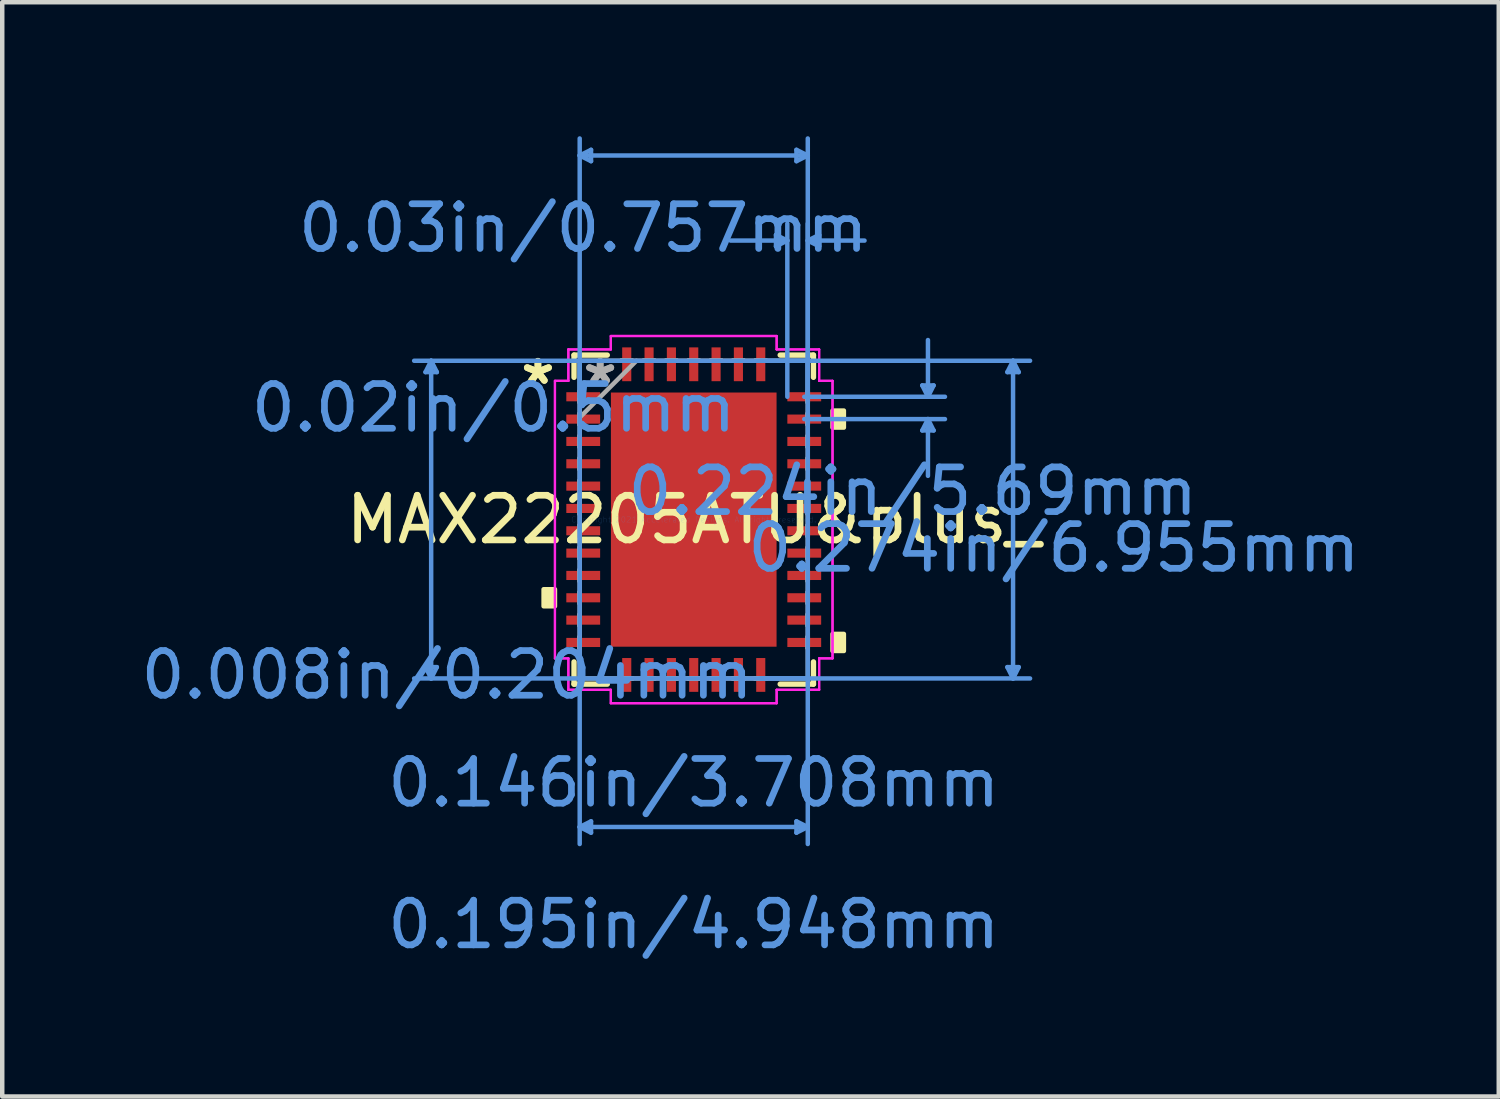
<source format=kicad_pcb>
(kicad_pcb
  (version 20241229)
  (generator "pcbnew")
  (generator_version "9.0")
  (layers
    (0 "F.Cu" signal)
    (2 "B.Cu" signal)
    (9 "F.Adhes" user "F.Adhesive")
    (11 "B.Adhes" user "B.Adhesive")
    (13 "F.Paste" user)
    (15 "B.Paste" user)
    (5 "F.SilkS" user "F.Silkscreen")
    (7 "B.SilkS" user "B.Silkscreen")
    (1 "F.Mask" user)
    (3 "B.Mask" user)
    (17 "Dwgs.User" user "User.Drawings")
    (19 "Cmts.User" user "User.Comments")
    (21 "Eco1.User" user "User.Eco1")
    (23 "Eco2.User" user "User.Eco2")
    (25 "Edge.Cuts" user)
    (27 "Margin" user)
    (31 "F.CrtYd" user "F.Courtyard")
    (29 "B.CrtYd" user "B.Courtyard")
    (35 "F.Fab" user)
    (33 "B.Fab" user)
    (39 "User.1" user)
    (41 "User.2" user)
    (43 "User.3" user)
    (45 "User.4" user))
  (footprint "MAX22205ATU&plus_"
    (layer "F.Cu")
    (at 12.48 8.582)
    (property "Reference" "MAX22205ATU&plus_" (at 0 0 0) (layer "F.SilkS") (effects (font (size 1 1) (thickness 0.15))))
    (attr through_hole)
    (fp_line (start -2.68 -3.683) (end -2.68 -3.185) (stroke (width 0.12) (type solid)) (layer "F.SilkS"))
    (fp_line (start -2.68 3.185) (end -2.68 3.683) (stroke (width 0.12) (type solid)) (layer "F.SilkS"))
    (fp_line (start -2.68 3.683) (end -1.935 3.683) (stroke (width 0.12) (type solid)) (layer "F.SilkS"))
    (fp_line (start -1.935 -3.683) (end -2.68 -3.683) (stroke (width 0.12) (type solid)) (layer "F.SilkS"))
    (fp_line (start 1.935 3.683) (end 2.68 3.683) (stroke (width 0.12) (type solid)) (layer "F.SilkS"))
    (fp_line (start 2.68 -3.683) (end 1.935 -3.683) (stroke (width 0.12) (type solid)) (layer "F.SilkS"))
    (fp_line (start 2.68 -3.185) (end 2.68 -3.683) (stroke (width 0.12) (type solid)) (layer "F.SilkS"))
    (fp_line (start 2.68 3.683) (end 2.68 3.185) (stroke (width 0.12) (type solid)) (layer "F.SilkS"))
    (fp_poly (pts (xy -3.361 1.559) (xy -3.361 1.94) (xy -3.107 1.94) (xy -3.107 1.559)) (stroke (width 0.1) (type solid)) (fill yes) (layer "F.SilkS"))
    (fp_poly (pts (xy 3.361 -2.441) (xy 3.361 -2.06) (xy 3.107 -2.06) (xy 3.107 -2.441)) (stroke (width 0.1) (type solid)) (fill yes) (layer "F.SilkS"))
    (fp_poly (pts (xy 3.361 2.559) (xy 3.361 2.941) (xy 3.107 2.941) (xy 3.107 2.559)) (stroke (width 0.1) (type solid)) (fill yes) (layer "F.SilkS"))
    (fp_poly (pts (xy -1.754 -2.745) (xy -1.754 -1.522) (xy -0.1 -1.522) (xy -0.1 -2.745)) (stroke (width 0.1) (type solid)) (fill yes) (layer "F.Paste"))
    (fp_poly (pts (xy -1.754 -1.322) (xy -1.754 -0.1) (xy -0.1 -0.1) (xy -0.1 -1.322)) (stroke (width 0.1) (type solid)) (fill yes) (layer "F.Paste"))
    (fp_poly (pts (xy -1.754 0.1) (xy -1.754 1.322) (xy -0.1 1.322) (xy -0.1 0.1)) (stroke (width 0.1) (type solid)) (fill yes) (layer "F.Paste"))
    (fp_poly (pts (xy -1.754 1.522) (xy -1.754 2.745) (xy -0.1 2.745) (xy -0.1 1.522)) (stroke (width 0.1) (type solid)) (fill yes) (layer "F.Paste"))
    (fp_poly (pts (xy 0.1 -2.745) (xy 0.1 -1.522) (xy 1.754 -1.522) (xy 1.754 -2.745)) (stroke (width 0.1) (type solid)) (fill yes) (layer "F.Paste"))
    (fp_poly (pts (xy 0.1 -1.322) (xy 0.1 -0.1) (xy 1.754 -0.1) (xy 1.754 -1.322)) (stroke (width 0.1) (type solid)) (fill yes) (layer "F.Paste"))
    (fp_poly (pts (xy 0.1 0.1) (xy 0.1 1.322) (xy 1.754 1.322) (xy 1.754 0.1)) (stroke (width 0.1) (type solid)) (fill yes) (layer "F.Paste"))
    (fp_poly (pts (xy 0.1 1.522) (xy 0.1 2.745) (xy 1.754 2.745) (xy 1.754 1.522)) (stroke (width 0.1) (type solid)) (fill yes) (layer "F.Paste"))
    (fp_line (start -6.005 -3.302) (end -5.751 -3.302) (stroke (width 0.1) (type solid)) (layer "Cmts.User"))
    (fp_line (start -6.005 3.302) (end -5.751 3.302) (stroke (width 0.1) (type solid)) (layer "Cmts.User"))
    (fp_line (start -5.878 -3.556) (end -6.005 -3.302) (stroke (width 0.1) (type solid)) (layer "Cmts.User"))
    (fp_line (start -5.878 -3.556) (end -5.878 3.556) (stroke (width 0.1) (type solid)) (layer "Cmts.User"))
    (fp_line (start -5.878 -3.556) (end -5.751 -3.302) (stroke (width 0.1) (type solid)) (layer "Cmts.User"))
    (fp_line (start -5.878 3.556) (end -6.005 3.302) (stroke (width 0.1) (type solid)) (layer "Cmts.User"))
    (fp_line (start -5.878 3.556) (end -5.751 3.302) (stroke (width 0.1) (type solid)) (layer "Cmts.User"))
    (fp_line (start -2.553 -8.151) (end -2.299 -8.278) (stroke (width 0.1) (type solid)) (layer "Cmts.User"))
    (fp_line (start -2.553 -8.151) (end -2.299 -8.024) (stroke (width 0.1) (type solid)) (layer "Cmts.User"))
    (fp_line (start -2.553 -8.151) (end 2.553 -8.151) (stroke (width 0.1) (type solid)) (layer "Cmts.User"))
    (fp_line (start -2.553 -3.556) (end -2.553 7.262) (stroke (width 0.1) (type solid)) (layer "Cmts.User"))
    (fp_line (start -2.553 -2.75) (end -2.553 -8.532) (stroke (width 0.1) (type solid)) (layer "Cmts.User"))
    (fp_line (start -2.553 6.881) (end -2.299 6.754) (stroke (width 0.1) (type solid)) (layer "Cmts.User"))
    (fp_line (start -2.553 6.881) (end -2.299 7.008) (stroke (width 0.1) (type solid)) (layer "Cmts.User"))
    (fp_line (start -2.553 6.881) (end 2.553 6.881) (stroke (width 0.1) (type solid)) (layer "Cmts.User"))
    (fp_line (start -2.299 -8.278) (end -2.299 -8.024) (stroke (width 0.1) (type solid)) (layer "Cmts.User"))
    (fp_line (start -2.299 6.754) (end -2.299 7.008) (stroke (width 0.1) (type solid)) (layer "Cmts.User"))
    (fp_line (start 1.5 -3.556) (end 7.529 -3.556) (stroke (width 0.1) (type solid)) (layer "Cmts.User"))
    (fp_line (start 1.5 3.556) (end 7.529 3.556) (stroke (width 0.1) (type solid)) (layer "Cmts.User"))
    (fp_line (start 1.841 -6.373) (end 1.841 -6.119) (stroke (width 0.1) (type solid)) (layer "Cmts.User"))
    (fp_line (start 2.095 -6.246) (end 0.826 -6.246) (stroke (width 0.1) (type solid)) (layer "Cmts.User"))
    (fp_line (start 2.095 -6.246) (end 1.841 -6.373) (stroke (width 0.1) (type solid)) (layer "Cmts.User"))
    (fp_line (start 2.095 -6.246) (end 1.841 -6.119) (stroke (width 0.1) (type solid)) (layer "Cmts.User"))
    (fp_line (start 2.095 -2.75) (end 2.095 -6.627) (stroke (width 0.1) (type solid)) (layer "Cmts.User"))
    (fp_line (start 2.299 -8.278) (end 2.299 -8.024) (stroke (width 0.1) (type solid)) (layer "Cmts.User"))
    (fp_line (start 2.299 6.754) (end 2.299 7.008) (stroke (width 0.1) (type solid)) (layer "Cmts.User"))
    (fp_line (start 2.474 -2.75) (end 5.624 -2.75) (stroke (width 0.1) (type solid)) (layer "Cmts.User"))
    (fp_line (start 2.474 -2.25) (end 5.624 -2.25) (stroke (width 0.1) (type solid)) (layer "Cmts.User"))
    (fp_line (start 2.553 -8.151) (end 2.299 -8.278) (stroke (width 0.1) (type solid)) (layer "Cmts.User"))
    (fp_line (start 2.553 -8.151) (end 2.299 -8.024) (stroke (width 0.1) (type solid)) (layer "Cmts.User"))
    (fp_line (start 2.553 -6.246) (end 2.807 -6.373) (stroke (width 0.1) (type solid)) (layer "Cmts.User"))
    (fp_line (start 2.553 -6.246) (end 2.807 -6.119) (stroke (width 0.1) (type solid)) (layer "Cmts.User"))
    (fp_line (start 2.553 -6.246) (end 3.823 -6.246) (stroke (width 0.1) (type solid)) (layer "Cmts.User"))
    (fp_line (start 2.553 -3.556) (end -6.259 -3.556) (stroke (width 0.1) (type solid)) (layer "Cmts.User"))
    (fp_line (start 2.553 -3.556) (end 2.553 7.262) (stroke (width 0.1) (type solid)) (layer "Cmts.User"))
    (fp_line (start 2.553 -2.75) (end 2.553 -8.532) (stroke (width 0.1) (type solid)) (layer "Cmts.User"))
    (fp_line (start 2.553 -2.75) (end 2.553 -6.627) (stroke (width 0.1) (type solid)) (layer "Cmts.User"))
    (fp_line (start 2.553 3.556) (end -6.259 3.556) (stroke (width 0.1) (type solid)) (layer "Cmts.User"))
    (fp_line (start 2.553 6.881) (end 2.299 6.754) (stroke (width 0.1) (type solid)) (layer "Cmts.User"))
    (fp_line (start 2.553 6.881) (end 2.299 7.008) (stroke (width 0.1) (type solid)) (layer "Cmts.User"))
    (fp_line (start 2.807 -6.373) (end 2.807 -6.119) (stroke (width 0.1) (type solid)) (layer "Cmts.User"))
    (fp_line (start 5.116 -3.004) (end 5.37 -3.004) (stroke (width 0.1) (type solid)) (layer "Cmts.User"))
    (fp_line (start 5.116 -1.996) (end 5.37 -1.996) (stroke (width 0.1) (type solid)) (layer "Cmts.User"))
    (fp_line (start 5.243 -2.75) (end 5.116 -3.004) (stroke (width 0.1) (type solid)) (layer "Cmts.User"))
    (fp_line (start 5.243 -2.75) (end 5.243 -4.02) (stroke (width 0.1) (type solid)) (layer "Cmts.User"))
    (fp_line (start 5.243 -2.75) (end 5.37 -3.004) (stroke (width 0.1) (type solid)) (layer "Cmts.User"))
    (fp_line (start 5.243 -2.25) (end 5.116 -1.996) (stroke (width 0.1) (type solid)) (layer "Cmts.User"))
    (fp_line (start 5.243 -2.25) (end 5.243 -0.98) (stroke (width 0.1) (type solid)) (layer "Cmts.User"))
    (fp_line (start 5.243 -2.25) (end 5.37 -1.996) (stroke (width 0.1) (type solid)) (layer "Cmts.User"))
    (fp_line (start 7.021 -3.302) (end 7.275 -3.302) (stroke (width 0.1) (type solid)) (layer "Cmts.User"))
    (fp_line (start 7.021 3.302) (end 7.275 3.302) (stroke (width 0.1) (type solid)) (layer "Cmts.User"))
    (fp_line (start 7.148 -3.556) (end 7.021 -3.302) (stroke (width 0.1) (type solid)) (layer "Cmts.User"))
    (fp_line (start 7.148 -3.556) (end 7.148 3.556) (stroke (width 0.1) (type solid)) (layer "Cmts.User"))
    (fp_line (start 7.148 -3.556) (end 7.275 -3.302) (stroke (width 0.1) (type solid)) (layer "Cmts.User"))
    (fp_line (start 7.148 3.556) (end 7.021 3.302) (stroke (width 0.1) (type solid)) (layer "Cmts.User"))
    (fp_line (start 7.148 3.556) (end 7.275 3.302) (stroke (width 0.1) (type solid)) (layer "Cmts.User"))
    (fp_line (start -3.107 -3.106) (end -2.807 -3.106) (stroke (width 0.05) (type solid)) (layer "F.CrtYd"))
    (fp_line (start -3.107 -3.106) (end -2.807 -3.106) (stroke (width 0.05) (type solid)) (layer "F.CrtYd"))
    (fp_line (start -3.107 3.106) (end -3.107 -3.106) (stroke (width 0.05) (type solid)) (layer "F.CrtYd"))
    (fp_line (start -3.107 3.106) (end -3.107 -3.106) (stroke (width 0.05) (type solid)) (layer "F.CrtYd"))
    (fp_line (start -2.807 -3.81) (end -1.856 -3.81) (stroke (width 0.05) (type solid)) (layer "F.CrtYd"))
    (fp_line (start -2.807 -3.81) (end -1.856 -3.81) (stroke (width 0.05) (type solid)) (layer "F.CrtYd"))
    (fp_line (start -2.807 -3.106) (end -2.807 -3.81) (stroke (width 0.05) (type solid)) (layer "F.CrtYd"))
    (fp_line (start -2.807 -3.106) (end -2.807 -3.81) (stroke (width 0.05) (type solid)) (layer "F.CrtYd"))
    (fp_line (start -2.807 3.106) (end -3.107 3.106) (stroke (width 0.05) (type solid)) (layer "F.CrtYd"))
    (fp_line (start -2.807 3.106) (end -3.107 3.106) (stroke (width 0.05) (type solid)) (layer "F.CrtYd"))
    (fp_line (start -2.807 3.81) (end -2.807 3.106) (stroke (width 0.05) (type solid)) (layer "F.CrtYd"))
    (fp_line (start -2.807 3.81) (end -2.807 3.106) (stroke (width 0.05) (type solid)) (layer "F.CrtYd"))
    (fp_line (start -1.856 -4.11) (end 1.856 -4.11) (stroke (width 0.05) (type solid)) (layer "F.CrtYd"))
    (fp_line (start -1.856 -4.11) (end 1.856 -4.11) (stroke (width 0.05) (type solid)) (layer "F.CrtYd"))
    (fp_line (start -1.856 -3.81) (end -1.856 -4.11) (stroke (width 0.05) (type solid)) (layer "F.CrtYd"))
    (fp_line (start -1.856 -3.81) (end -1.856 -4.11) (stroke (width 0.05) (type solid)) (layer "F.CrtYd"))
    (fp_line (start -1.856 3.81) (end -2.807 3.81) (stroke (width 0.05) (type solid)) (layer "F.CrtYd"))
    (fp_line (start -1.856 3.81) (end -2.807 3.81) (stroke (width 0.05) (type solid)) (layer "F.CrtYd"))
    (fp_line (start -1.856 4.11) (end -1.856 3.81) (stroke (width 0.05) (type solid)) (layer "F.CrtYd"))
    (fp_line (start -1.856 4.11) (end -1.856 3.81) (stroke (width 0.05) (type solid)) (layer "F.CrtYd"))
    (fp_line (start 1.856 -4.11) (end 1.856 -3.81) (stroke (width 0.05) (type solid)) (layer "F.CrtYd"))
    (fp_line (start 1.856 -4.11) (end 1.856 -3.81) (stroke (width 0.05) (type solid)) (layer "F.CrtYd"))
    (fp_line (start 1.856 -3.81) (end 2.807 -3.81) (stroke (width 0.05) (type solid)) (layer "F.CrtYd"))
    (fp_line (start 1.856 -3.81) (end 2.807 -3.81) (stroke (width 0.05) (type solid)) (layer "F.CrtYd"))
    (fp_line (start 1.856 3.81) (end 1.856 4.11) (stroke (width 0.05) (type solid)) (layer "F.CrtYd"))
    (fp_line (start 1.856 3.81) (end 1.856 4.11) (stroke (width 0.05) (type solid)) (layer "F.CrtYd"))
    (fp_line (start 1.856 4.11) (end -1.856 4.11) (stroke (width 0.05) (type solid)) (layer "F.CrtYd"))
    (fp_line (start 1.856 4.11) (end -1.856 4.11) (stroke (width 0.05) (type solid)) (layer "F.CrtYd"))
    (fp_line (start 2.807 -3.81) (end 2.807 -3.106) (stroke (width 0.05) (type solid)) (layer "F.CrtYd"))
    (fp_line (start 2.807 -3.81) (end 2.807 -3.106) (stroke (width 0.05) (type solid)) (layer "F.CrtYd"))
    (fp_line (start 2.807 -3.106) (end 3.107 -3.106) (stroke (width 0.05) (type solid)) (layer "F.CrtYd"))
    (fp_line (start 2.807 -3.106) (end 3.107 -3.106) (stroke (width 0.05) (type solid)) (layer "F.CrtYd"))
    (fp_line (start 2.807 3.106) (end 2.807 3.81) (stroke (width 0.05) (type solid)) (layer "F.CrtYd"))
    (fp_line (start 2.807 3.106) (end 2.807 3.81) (stroke (width 0.05) (type solid)) (layer "F.CrtYd"))
    (fp_line (start 2.807 3.81) (end 1.856 3.81) (stroke (width 0.05) (type solid)) (layer "F.CrtYd"))
    (fp_line (start 2.807 3.81) (end 1.856 3.81) (stroke (width 0.05) (type solid)) (layer "F.CrtYd"))
    (fp_line (start 3.107 -3.106) (end 3.107 3.106) (stroke (width 0.05) (type solid)) (layer "F.CrtYd"))
    (fp_line (start 3.107 -3.106) (end 3.107 3.106) (stroke (width 0.05) (type solid)) (layer "F.CrtYd"))
    (fp_line (start 3.107 3.106) (end 2.807 3.106) (stroke (width 0.05) (type solid)) (layer "F.CrtYd"))
    (fp_line (start 3.107 3.106) (end 2.807 3.106) (stroke (width 0.05) (type solid)) (layer "F.CrtYd"))
    (fp_line (start -2.553 -3.556) (end -2.553 -3.556) (stroke (width 0.1) (type solid)) (layer "F.Fab"))
    (fp_line (start -2.553 -3.556) (end -2.553 3.556) (stroke (width 0.1) (type solid)) (layer "F.Fab"))
    (fp_line (start -2.553 -2.877) (end -2.553 -2.877) (stroke (width 0.1) (type solid)) (layer "F.Fab"))
    (fp_line (start -2.553 -2.877) (end -2.553 -2.623) (stroke (width 0.1) (type solid)) (layer "F.Fab"))
    (fp_line (start -2.553 -2.623) (end -2.553 -2.877) (stroke (width 0.1) (type solid)) (layer "F.Fab"))
    (fp_line (start -2.553 -2.623) (end -2.553 -2.623) (stroke (width 0.1) (type solid)) (layer "F.Fab"))
    (fp_line (start -2.553 -2.377) (end -2.553 -2.377) (stroke (width 0.1) (type solid)) (layer "F.Fab"))
    (fp_line (start -2.553 -2.377) (end -2.553 -2.123) (stroke (width 0.1) (type solid)) (layer "F.Fab"))
    (fp_line (start -2.553 -2.286) (end -1.283 -3.556) (stroke (width 0.1) (type solid)) (layer "F.Fab"))
    (fp_line (start -2.553 -2.123) (end -2.553 -2.377) (stroke (width 0.1) (type solid)) (layer "F.Fab"))
    (fp_line (start -2.553 -2.123) (end -2.553 -2.123) (stroke (width 0.1) (type solid)) (layer "F.Fab"))
    (fp_line (start -2.553 -1.877) (end -2.553 -1.877) (stroke (width 0.1) (type solid)) (layer "F.Fab"))
    (fp_line (start -2.553 -1.877) (end -2.553 -1.623) (stroke (width 0.1) (type solid)) (layer "F.Fab"))
    (fp_line (start -2.553 -1.623) (end -2.553 -1.877) (stroke (width 0.1) (type solid)) (layer "F.Fab"))
    (fp_line (start -2.553 -1.623) (end -2.553 -1.623) (stroke (width 0.1) (type solid)) (layer "F.Fab"))
    (fp_line (start -2.553 -1.377) (end -2.553 -1.377) (stroke (width 0.1) (type solid)) (layer "F.Fab"))
    (fp_line (start -2.553 -1.377) (end -2.553 -1.123) (stroke (width 0.1) (type solid)) (layer "F.Fab"))
    (fp_line (start -2.553 -1.123) (end -2.553 -1.377) (stroke (width 0.1) (type solid)) (layer "F.Fab"))
    (fp_line (start -2.553 -1.123) (end -2.553 -1.123) (stroke (width 0.1) (type solid)) (layer "F.Fab"))
    (fp_line (start -2.553 -0.877) (end -2.553 -0.877) (stroke (width 0.1) (type solid)) (layer "F.Fab"))
    (fp_line (start -2.553 -0.877) (end -2.553 -0.623) (stroke (width 0.1) (type solid)) (layer "F.Fab"))
    (fp_line (start -2.553 -0.623) (end -2.553 -0.877) (stroke (width 0.1) (type solid)) (layer "F.Fab"))
    (fp_line (start -2.553 -0.623) (end -2.553 -0.623) (stroke (width 0.1) (type solid)) (layer "F.Fab"))
    (fp_line (start -2.553 -0.377) (end -2.553 -0.377) (stroke (width 0.1) (type solid)) (layer "F.Fab"))
    (fp_line (start -2.553 -0.377) (end -2.553 -0.123) (stroke (width 0.1) (type solid)) (layer "F.Fab"))
    (fp_line (start -2.553 -0.123) (end -2.553 -0.377) (stroke (width 0.1) (type solid)) (layer "F.Fab"))
    (fp_line (start -2.553 -0.123) (end -2.553 -0.123) (stroke (width 0.1) (type solid)) (layer "F.Fab"))
    (fp_line (start -2.553 0.123) (end -2.553 0.123) (stroke (width 0.1) (type solid)) (layer "F.Fab"))
    (fp_line (start -2.553 0.123) (end -2.553 0.377) (stroke (width 0.1) (type solid)) (layer "F.Fab"))
    (fp_line (start -2.553 0.377) (end -2.553 0.123) (stroke (width 0.1) (type solid)) (layer "F.Fab"))
    (fp_line (start -2.553 0.377) (end -2.553 0.377) (stroke (width 0.1) (type solid)) (layer "F.Fab"))
    (fp_line (start -2.553 0.623) (end -2.553 0.623) (stroke (width 0.1) (type solid)) (layer "F.Fab"))
    (fp_line (start -2.553 0.623) (end -2.553 0.877) (stroke (width 0.1) (type solid)) (layer "F.Fab"))
    (fp_line (start -2.553 0.877) (end -2.553 0.623) (stroke (width 0.1) (type solid)) (layer "F.Fab"))
    (fp_line (start -2.553 0.877) (end -2.553 0.877) (stroke (width 0.1) (type solid)) (layer "F.Fab"))
    (fp_line (start -2.553 1.123) (end -2.553 1.123) (stroke (width 0.1) (type solid)) (layer "F.Fab"))
    (fp_line (start -2.553 1.123) (end -2.553 1.377) (stroke (width 0.1) (type solid)) (layer "F.Fab"))
    (fp_line (start -2.553 1.377) (end -2.553 1.123) (stroke (width 0.1) (type solid)) (layer "F.Fab"))
    (fp_line (start -2.553 1.377) (end -2.553 1.377) (stroke (width 0.1) (type solid)) (layer "F.Fab"))
    (fp_line (start -2.553 1.623) (end -2.553 1.623) (stroke (width 0.1) (type solid)) (layer "F.Fab"))
    (fp_line (start -2.553 1.623) (end -2.553 1.877) (stroke (width 0.1) (type solid)) (layer "F.Fab"))
    (fp_line (start -2.553 1.877) (end -2.553 1.623) (stroke (width 0.1) (type solid)) (layer "F.Fab"))
    (fp_line (start -2.553 1.877) (end -2.553 1.877) (stroke (width 0.1) (type solid)) (layer "F.Fab"))
    (fp_line (start -2.553 2.123) (end -2.553 2.123) (stroke (width 0.1) (type solid)) (layer "F.Fab"))
    (fp_line (start -2.553 2.123) (end -2.553 2.377) (stroke (width 0.1) (type solid)) (layer "F.Fab"))
    (fp_line (start -2.553 2.377) (end -2.553 2.123) (stroke (width 0.1) (type solid)) (layer "F.Fab"))
    (fp_line (start -2.553 2.377) (end -2.553 2.377) (stroke (width 0.1) (type solid)) (layer "F.Fab"))
    (fp_line (start -2.553 2.623) (end -2.553 2.623) (stroke (width 0.1) (type solid)) (layer "F.Fab"))
    (fp_line (start -2.553 2.623) (end -2.553 2.877) (stroke (width 0.1) (type solid)) (layer "F.Fab"))
    (fp_line (start -2.553 2.877) (end -2.553 2.623) (stroke (width 0.1) (type solid)) (layer "F.Fab"))
    (fp_line (start -2.553 2.877) (end -2.553 2.877) (stroke (width 0.1) (type solid)) (layer "F.Fab"))
    (fp_line (start -2.553 3.556) (end -2.553 3.556) (stroke (width 0.1) (type solid)) (layer "F.Fab"))
    (fp_line (start -2.553 3.556) (end 2.553 3.556) (stroke (width 0.1) (type solid)) (layer "F.Fab"))
    (fp_line (start -1.627 -3.556) (end -1.627 -3.556) (stroke (width 0.1) (type solid)) (layer "F.Fab"))
    (fp_line (start -1.627 -3.556) (end -1.373 -3.556) (stroke (width 0.1) (type solid)) (layer "F.Fab"))
    (fp_line (start -1.627 3.556) (end -1.627 3.556) (stroke (width 0.1) (type solid)) (layer "F.Fab"))
    (fp_line (start -1.627 3.556) (end -1.373 3.556) (stroke (width 0.1) (type solid)) (layer "F.Fab"))
    (fp_line (start -1.373 -3.556) (end -1.627 -3.556) (stroke (width 0.1) (type solid)) (layer "F.Fab"))
    (fp_line (start -1.373 -3.556) (end -1.373 -3.556) (stroke (width 0.1) (type solid)) (layer "F.Fab"))
    (fp_line (start -1.373 3.556) (end -1.627 3.556) (stroke (width 0.1) (type solid)) (layer "F.Fab"))
    (fp_line (start -1.373 3.556) (end -1.373 3.556) (stroke (width 0.1) (type solid)) (layer "F.Fab"))
    (fp_line (start -1.127 -3.556) (end -1.127 -3.556) (stroke (width 0.1) (type solid)) (layer "F.Fab"))
    (fp_line (start -1.127 -3.556) (end -0.873 -3.556) (stroke (width 0.1) (type solid)) (layer "F.Fab"))
    (fp_line (start -1.127 3.556) (end -1.127 3.556) (stroke (width 0.1) (type solid)) (layer "F.Fab"))
    (fp_line (start -1.127 3.556) (end -0.873 3.556) (stroke (width 0.1) (type solid)) (layer "F.Fab"))
    (fp_line (start -0.873 -3.556) (end -1.127 -3.556) (stroke (width 0.1) (type solid)) (layer "F.Fab"))
    (fp_line (start -0.873 -3.556) (end -0.873 -3.556) (stroke (width 0.1) (type solid)) (layer "F.Fab"))
    (fp_line (start -0.873 3.556) (end -1.127 3.556) (stroke (width 0.1) (type solid)) (layer "F.Fab"))
    (fp_line (start -0.873 3.556) (end -0.873 3.556) (stroke (width 0.1) (type solid)) (layer "F.Fab"))
    (fp_line (start -0.627 -3.556) (end -0.627 -3.556) (stroke (width 0.1) (type solid)) (layer "F.Fab"))
    (fp_line (start -0.627 -3.556) (end -0.373 -3.556) (stroke (width 0.1) (type solid)) (layer "F.Fab"))
    (fp_line (start -0.627 3.556) (end -0.627 3.556) (stroke (width 0.1) (type solid)) (layer "F.Fab"))
    (fp_line (start -0.627 3.556) (end -0.373 3.556) (stroke (width 0.1) (type solid)) (layer "F.Fab"))
    (fp_line (start -0.373 -3.556) (end -0.627 -3.556) (stroke (width 0.1) (type solid)) (layer "F.Fab"))
    (fp_line (start -0.373 -3.556) (end -0.373 -3.556) (stroke (width 0.1) (type solid)) (layer "F.Fab"))
    (fp_line (start -0.373 3.556) (end -0.627 3.556) (stroke (width 0.1) (type solid)) (layer "F.Fab"))
    (fp_line (start -0.373 3.556) (end -0.373 3.556) (stroke (width 0.1) (type solid)) (layer "F.Fab"))
    (fp_line (start -0.127 -3.556) (end -0.127 -3.556) (stroke (width 0.1) (type solid)) (layer "F.Fab"))
    (fp_line (start -0.127 -3.556) (end 0.127 -3.556) (stroke (width 0.1) (type solid)) (layer "F.Fab"))
    (fp_line (start -0.127 3.556) (end -0.127 3.556) (stroke (width 0.1) (type solid)) (layer "F.Fab"))
    (fp_line (start -0.127 3.556) (end 0.127 3.556) (stroke (width 0.1) (type solid)) (layer "F.Fab"))
    (fp_line (start 0.127 -3.556) (end -0.127 -3.556) (stroke (width 0.1) (type solid)) (layer "F.Fab"))
    (fp_line (start 0.127 -3.556) (end 0.127 -3.556) (stroke (width 0.1) (type solid)) (layer "F.Fab"))
    (fp_line (start 0.127 3.556) (end -0.127 3.556) (stroke (width 0.1) (type solid)) (layer "F.Fab"))
    (fp_line (start 0.127 3.556) (end 0.127 3.556) (stroke (width 0.1) (type solid)) (layer "F.Fab"))
    (fp_line (start 0.373 -3.556) (end 0.373 -3.556) (stroke (width 0.1) (type solid)) (layer "F.Fab"))
    (fp_line (start 0.373 -3.556) (end 0.627 -3.556) (stroke (width 0.1) (type solid)) (layer "F.Fab"))
    (fp_line (start 0.373 3.556) (end 0.373 3.556) (stroke (width 0.1) (type solid)) (layer "F.Fab"))
    (fp_line (start 0.373 3.556) (end 0.627 3.556) (stroke (width 0.1) (type solid)) (layer "F.Fab"))
    (fp_line (start 0.627 -3.556) (end 0.373 -3.556) (stroke (width 0.1) (type solid)) (layer "F.Fab"))
    (fp_line (start 0.627 -3.556) (end 0.627 -3.556) (stroke (width 0.1) (type solid)) (layer "F.Fab"))
    (fp_line (start 0.627 3.556) (end 0.373 3.556) (stroke (width 0.1) (type solid)) (layer "F.Fab"))
    (fp_line (start 0.627 3.556) (end 0.627 3.556) (stroke (width 0.1) (type solid)) (layer "F.Fab"))
    (fp_line (start 0.873 -3.556) (end 0.873 -3.556) (stroke (width 0.1) (type solid)) (layer "F.Fab"))
    (fp_line (start 0.873 -3.556) (end 1.127 -3.556) (stroke (width 0.1) (type solid)) (layer "F.Fab"))
    (fp_line (start 0.873 3.556) (end 0.873 3.556) (stroke (width 0.1) (type solid)) (layer "F.Fab"))
    (fp_line (start 0.873 3.556) (end 1.127 3.556) (stroke (width 0.1) (type solid)) (layer "F.Fab"))
    (fp_line (start 1.127 -3.556) (end 0.873 -3.556) (stroke (width 0.1) (type solid)) (layer "F.Fab"))
    (fp_line (start 1.127 -3.556) (end 1.127 -3.556) (stroke (width 0.1) (type solid)) (layer "F.Fab"))
    (fp_line (start 1.127 3.556) (end 0.873 3.556) (stroke (width 0.1) (type solid)) (layer "F.Fab"))
    (fp_line (start 1.127 3.556) (end 1.127 3.556) (stroke (width 0.1) (type solid)) (layer "F.Fab"))
    (fp_line (start 1.373 -3.556) (end 1.373 -3.556) (stroke (width 0.1) (type solid)) (layer "F.Fab"))
    (fp_line (start 1.373 -3.556) (end 1.627 -3.556) (stroke (width 0.1) (type solid)) (layer "F.Fab"))
    (fp_line (start 1.373 3.556) (end 1.373 3.556) (stroke (width 0.1) (type solid)) (layer "F.Fab"))
    (fp_line (start 1.373 3.556) (end 1.627 3.556) (stroke (width 0.1) (type solid)) (layer "F.Fab"))
    (fp_line (start 1.627 -3.556) (end 1.373 -3.556) (stroke (width 0.1) (type solid)) (layer "F.Fab"))
    (fp_line (start 1.627 -3.556) (end 1.627 -3.556) (stroke (width 0.1) (type solid)) (layer "F.Fab"))
    (fp_line (start 1.627 3.556) (end 1.373 3.556) (stroke (width 0.1) (type solid)) (layer "F.Fab"))
    (fp_line (start 1.627 3.556) (end 1.627 3.556) (stroke (width 0.1) (type solid)) (layer "F.Fab"))
    (fp_line (start 2.553 -3.556) (end -2.553 -3.556) (stroke (width 0.1) (type solid)) (layer "F.Fab"))
    (fp_line (start 2.553 -3.556) (end 2.553 -3.556) (stroke (width 0.1) (type solid)) (layer "F.Fab"))
    (fp_line (start 2.553 -2.877) (end 2.553 -2.877) (stroke (width 0.1) (type solid)) (layer "F.Fab"))
    (fp_line (start 2.553 -2.877) (end 2.553 -2.623) (stroke (width 0.1) (type solid)) (layer "F.Fab"))
    (fp_line (start 2.553 -2.623) (end 2.553 -2.877) (stroke (width 0.1) (type solid)) (layer "F.Fab"))
    (fp_line (start 2.553 -2.623) (end 2.553 -2.623) (stroke (width 0.1) (type solid)) (layer "F.Fab"))
    (fp_line (start 2.553 -2.377) (end 2.553 -2.377) (stroke (width 0.1) (type solid)) (layer "F.Fab"))
    (fp_line (start 2.553 -2.377) (end 2.553 -2.123) (stroke (width 0.1) (type solid)) (layer "F.Fab"))
    (fp_line (start 2.553 -2.123) (end 2.553 -2.377) (stroke (width 0.1) (type solid)) (layer "F.Fab"))
    (fp_line (start 2.553 -2.123) (end 2.553 -2.123) (stroke (width 0.1) (type solid)) (layer "F.Fab"))
    (fp_line (start 2.553 -1.877) (end 2.553 -1.877) (stroke (width 0.1) (type solid)) (layer "F.Fab"))
    (fp_line (start 2.553 -1.877) (end 2.553 -1.623) (stroke (width 0.1) (type solid)) (layer "F.Fab"))
    (fp_line (start 2.553 -1.623) (end 2.553 -1.877) (stroke (width 0.1) (type solid)) (layer "F.Fab"))
    (fp_line (start 2.553 -1.623) (end 2.553 -1.623) (stroke (width 0.1) (type solid)) (layer "F.Fab"))
    (fp_line (start 2.553 -1.377) (end 2.553 -1.377) (stroke (width 0.1) (type solid)) (layer "F.Fab"))
    (fp_line (start 2.553 -1.377) (end 2.553 -1.123) (stroke (width 0.1) (type solid)) (layer "F.Fab"))
    (fp_line (start 2.553 -1.123) (end 2.553 -1.377) (stroke (width 0.1) (type solid)) (layer "F.Fab"))
    (fp_line (start 2.553 -1.123) (end 2.553 -1.123) (stroke (width 0.1) (type solid)) (layer "F.Fab"))
    (fp_line (start 2.553 -0.877) (end 2.553 -0.877) (stroke (width 0.1) (type solid)) (layer "F.Fab"))
    (fp_line (start 2.553 -0.877) (end 2.553 -0.623) (stroke (width 0.1) (type solid)) (layer "F.Fab"))
    (fp_line (start 2.553 -0.623) (end 2.553 -0.877) (stroke (width 0.1) (type solid)) (layer "F.Fab"))
    (fp_line (start 2.553 -0.623) (end 2.553 -0.623) (stroke (width 0.1) (type solid)) (layer "F.Fab"))
    (fp_line (start 2.553 -0.377) (end 2.553 -0.377) (stroke (width 0.1) (type solid)) (layer "F.Fab"))
    (fp_line (start 2.553 -0.377) (end 2.553 -0.123) (stroke (width 0.1) (type solid)) (layer "F.Fab"))
    (fp_line (start 2.553 -0.123) (end 2.553 -0.377) (stroke (width 0.1) (type solid)) (layer "F.Fab"))
    (fp_line (start 2.553 -0.123) (end 2.553 -0.123) (stroke (width 0.1) (type solid)) (layer "F.Fab"))
    (fp_line (start 2.553 0.123) (end 2.553 0.123) (stroke (width 0.1) (type solid)) (layer "F.Fab"))
    (fp_line (start 2.553 0.123) (end 2.553 0.377) (stroke (width 0.1) (type solid)) (layer "F.Fab"))
    (fp_line (start 2.553 0.377) (end 2.553 0.123) (stroke (width 0.1) (type solid)) (layer "F.Fab"))
    (fp_line (start 2.553 0.377) (end 2.553 0.377) (stroke (width 0.1) (type solid)) (layer "F.Fab"))
    (fp_line (start 2.553 0.623) (end 2.553 0.623) (stroke (width 0.1) (type solid)) (layer "F.Fab"))
    (fp_line (start 2.553 0.623) (end 2.553 0.877) (stroke (width 0.1) (type solid)) (layer "F.Fab"))
    (fp_line (start 2.553 0.877) (end 2.553 0.623) (stroke (width 0.1) (type solid)) (layer "F.Fab"))
    (fp_line (start 2.553 0.877) (end 2.553 0.877) (stroke (width 0.1) (type solid)) (layer "F.Fab"))
    (fp_line (start 2.553 1.123) (end 2.553 1.123) (stroke (width 0.1) (type solid)) (layer "F.Fab"))
    (fp_line (start 2.553 1.123) (end 2.553 1.377) (stroke (width 0.1) (type solid)) (layer "F.Fab"))
    (fp_line (start 2.553 1.377) (end 2.553 1.123) (stroke (width 0.1) (type solid)) (layer "F.Fab"))
    (fp_line (start 2.553 1.377) (end 2.553 1.377) (stroke (width 0.1) (type solid)) (layer "F.Fab"))
    (fp_line (start 2.553 1.623) (end 2.553 1.623) (stroke (width 0.1) (type solid)) (layer "F.Fab"))
    (fp_line (start 2.553 1.623) (end 2.553 1.877) (stroke (width 0.1) (type solid)) (layer "F.Fab"))
    (fp_line (start 2.553 1.877) (end 2.553 1.623) (stroke (width 0.1) (type solid)) (layer "F.Fab"))
    (fp_line (start 2.553 1.877) (end 2.553 1.877) (stroke (width 0.1) (type solid)) (layer "F.Fab"))
    (fp_line (start 2.553 2.123) (end 2.553 2.123) (stroke (width 0.1) (type solid)) (layer "F.Fab"))
    (fp_line (start 2.553 2.123) (end 2.553 2.377) (stroke (width 0.1) (type solid)) (layer "F.Fab"))
    (fp_line (start 2.553 2.377) (end 2.553 2.123) (stroke (width 0.1) (type solid)) (layer "F.Fab"))
    (fp_line (start 2.553 2.377) (end 2.553 2.377) (stroke (width 0.1) (type solid)) (layer "F.Fab"))
    (fp_line (start 2.553 2.623) (end 2.553 2.623) (stroke (width 0.1) (type solid)) (layer "F.Fab"))
    (fp_line (start 2.553 2.623) (end 2.553 2.877) (stroke (width 0.1) (type solid)) (layer "F.Fab"))
    (fp_line (start 2.553 2.877) (end 2.553 2.623) (stroke (width 0.1) (type solid)) (layer "F.Fab"))
    (fp_line (start 2.553 2.877) (end 2.553 2.877) (stroke (width 0.1) (type solid)) (layer "F.Fab"))
    (fp_line (start 2.553 3.556) (end 2.553 -3.556) (stroke (width 0.1) (type solid)) (layer "F.Fab"))
    (fp_line (start 2.553 3.556) (end 2.553 3.556) (stroke (width 0.1) (type solid)) (layer "F.Fab"))
    (fp_text user "*" (at -3.488 -3 0) (layer "F.SilkS") (effects (font (size 1 1) (thickness 0.15))))
    (fp_text user "*" (at -3.488 -3 0) (layer "F.SilkS") (effects (font (size 1 1) (thickness 0.15))))
    (fp_text user "Copyright 2021 Accelerated Designs. All rights reserved." (at 0 0 0) (layer "Cmts.User") (effects (font (size 0.127 0.127) (thickness 0.002))))
    (fp_text user "0.274in/6.955mm" (at 8.062 0.635 0) (layer "Cmts.User") (effects (font (size 1 1) (thickness 0.15))))
    (fp_text user "0.02in/0.5mm" (at -4.481 -2.5 0) (layer "Cmts.User") (effects (font (size 1 1) (thickness 0.15))))
    (fp_text user "0.195in/4.948mm" (at 0 9.065 0) (layer "Cmts.User") (effects (font (size 1 1) (thickness 0.15))))
    (fp_text user "0.146in/3.708mm" (at 0 5.893 0) (layer "Cmts.User") (effects (font (size 1 1) (thickness 0.15))))
    (fp_text user "0.03in/0.757mm" (at -2.474 -6.525 0) (layer "Cmts.User") (effects (font (size 1 1) (thickness 0.15))))
    (fp_text user "0.008in/0.204mm" (at -5.522 3.477 0) (layer "Cmts.User") (effects (font (size 1 1) (thickness 0.15))))
    (fp_text user "0.224in/5.69mm" (at 4.902 -0.635 0) (layer "Cmts.User") (effects (font (size 1 1) (thickness 0.15))))
    (fp_text user "*" (at -2.095 -3 0) (layer "F.Fab") (effects (font (size 1 1) (thickness 0.15))))
    (fp_text user "*" (at -2.095 -3 0) (layer "F.Fab") (effects (font (size 1 1) (thickness 0.15))))
    (pad "1" smd rect (at -2.474 -2.75 90) (size 0.204 0.757) (layers "F.Cu" "F.Mask" "F.Paste"))
    (pad "2" smd rect (at -2.474 -2.25 90) (size 0.204 0.757) (layers "F.Cu" "F.Mask" "F.Paste"))
    (pad "3" smd rect (at -2.474 -1.75 90) (size 0.204 0.757) (layers "F.Cu" "F.Mask" "F.Paste"))
    (pad "4" smd rect (at -2.474 -1.25 90) (size 0.204 0.757) (layers "F.Cu" "F.Mask" "F.Paste"))
    (pad "5" smd rect (at -2.474 -0.75 90) (size 0.204 0.757) (layers "F.Cu" "F.Mask" "F.Paste"))
    (pad "6" smd rect (at -2.474 -0.25 90) (size 0.204 0.757) (layers "F.Cu" "F.Mask" "F.Paste"))
    (pad "7" smd rect (at -2.474 0.25 90) (size 0.204 0.757) (layers "F.Cu" "F.Mask" "F.Paste"))
    (pad "8" smd rect (at -2.474 0.75 90) (size 0.204 0.757) (layers "F.Cu" "F.Mask" "F.Paste"))
    (pad "9" smd rect (at -2.474 1.25 90) (size 0.204 0.757) (layers "F.Cu" "F.Mask" "F.Paste"))
    (pad "10" smd rect (at -2.474 1.75 90) (size 0.204 0.757) (layers "F.Cu" "F.Mask" "F.Paste"))
    (pad "11" smd rect (at -2.474 2.25 90) (size 0.204 0.757) (layers "F.Cu" "F.Mask" "F.Paste"))
    (pad "12" smd rect (at -2.474 2.75 90) (size 0.204 0.757) (layers "F.Cu" "F.Mask" "F.Paste"))
    (pad "13" smd rect (at -1.5 3.477) (size 0.204 0.757) (layers "F.Cu" "F.Mask" "F.Paste"))
    (pad "14" smd rect (at -1 3.477) (size 0.204 0.757) (layers "F.Cu" "F.Mask" "F.Paste"))
    (pad "15" smd rect (at -0.5 3.477) (size 0.204 0.757) (layers "F.Cu" "F.Mask" "F.Paste"))
    (pad "16" smd rect (at 0 3.477) (size 0.204 0.757) (layers "F.Cu" "F.Mask" "F.Paste"))
    (pad "17" smd rect (at 0.5 3.477) (size 0.204 0.757) (layers "F.Cu" "F.Mask" "F.Paste"))
    (pad "18" smd rect (at 1 3.477) (size 0.204 0.757) (layers "F.Cu" "F.Mask" "F.Paste"))
    (pad "19" smd rect (at 1.5 3.477) (size 0.204 0.757) (layers "F.Cu" "F.Mask" "F.Paste"))
    (pad "20" smd rect (at 2.474 2.75 90) (size 0.204 0.757) (layers "F.Cu" "F.Mask" "F.Paste"))
    (pad "21" smd rect (at 2.474 2.25 90) (size 0.204 0.757) (layers "F.Cu" "F.Mask" "F.Paste"))
    (pad "22" smd rect (at 2.474 1.75 90) (size 0.204 0.757) (layers "F.Cu" "F.Mask" "F.Paste"))
    (pad "23" smd rect (at 2.474 1.25 90) (size 0.204 0.757) (layers "F.Cu" "F.Mask" "F.Paste"))
    (pad "24" smd rect (at 2.474 0.75 90) (size 0.204 0.757) (layers "F.Cu" "F.Mask" "F.Paste"))
    (pad "25" smd rect (at 2.474 0.25 90) (size 0.204 0.757) (layers "F.Cu" "F.Mask" "F.Paste"))
    (pad "26" smd rect (at 2.474 -0.25 90) (size 0.204 0.757) (layers "F.Cu" "F.Mask" "F.Paste"))
    (pad "27" smd rect (at 2.474 -0.75 90) (size 0.204 0.757) (layers "F.Cu" "F.Mask" "F.Paste"))
    (pad "28" smd rect (at 2.474 -1.25 90) (size 0.204 0.757) (layers "F.Cu" "F.Mask" "F.Paste"))
    (pad "29" smd rect (at 2.474 -1.75 90) (size 0.204 0.757) (layers "F.Cu" "F.Mask" "F.Paste"))
    (pad "30" smd rect (at 2.474 -2.25 90) (size 0.204 0.757) (layers "F.Cu" "F.Mask" "F.Paste"))
    (pad "31" smd rect (at 2.474 -2.75 90) (size 0.204 0.757) (layers "F.Cu" "F.Mask" "F.Paste"))
    (pad "32" smd rect (at 1.5 -3.477) (size 0.204 0.757) (layers "F.Cu" "F.Mask" "F.Paste"))
    (pad "33" smd rect (at 1 -3.477) (size 0.204 0.757) (layers "F.Cu" "F.Mask" "F.Paste"))
    (pad "34" smd rect (at 0.5 -3.477) (size 0.204 0.757) (layers "F.Cu" "F.Mask" "F.Paste"))
    (pad "35" smd rect (at 0 -3.477) (size 0.204 0.757) (layers "F.Cu" "F.Mask" "F.Paste"))
    (pad "36" smd rect (at -0.5 -3.477) (size 0.204 0.757) (layers "F.Cu" "F.Mask" "F.Paste"))
    (pad "37" smd rect (at -1 -3.477) (size 0.204 0.757) (layers "F.Cu" "F.Mask" "F.Paste"))
    (pad "38" smd rect (at -1.5 -3.477) (size 0.204 0.757) (layers "F.Cu" "F.Mask" "F.Paste"))
    (pad "39" smd rect (at 0 0) (size 3.708 5.69) (layers "F.Cu" "F.Mask")))
  (gr_rect
    (start -3 -3)
    (end 30.501 21.496)
    (stroke (width 0.1) (type default))
    (fill no)
    (layer "Edge.Cuts")))
</source>
